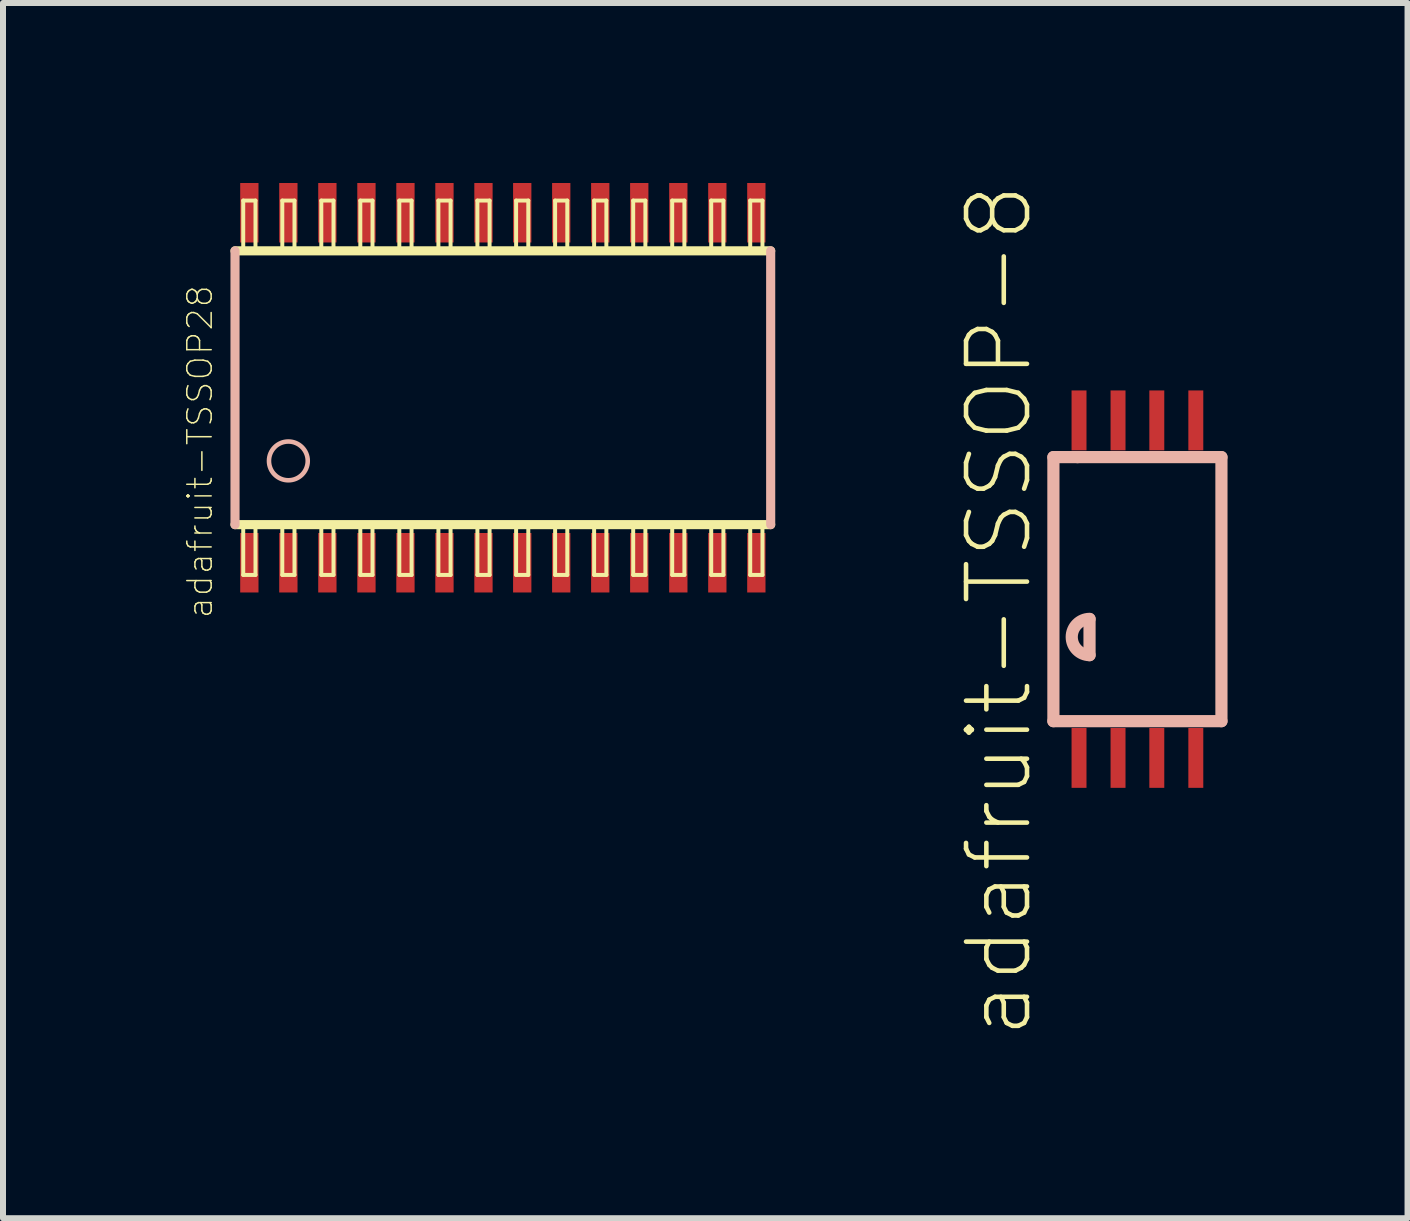
<source format=kicad_pcb>
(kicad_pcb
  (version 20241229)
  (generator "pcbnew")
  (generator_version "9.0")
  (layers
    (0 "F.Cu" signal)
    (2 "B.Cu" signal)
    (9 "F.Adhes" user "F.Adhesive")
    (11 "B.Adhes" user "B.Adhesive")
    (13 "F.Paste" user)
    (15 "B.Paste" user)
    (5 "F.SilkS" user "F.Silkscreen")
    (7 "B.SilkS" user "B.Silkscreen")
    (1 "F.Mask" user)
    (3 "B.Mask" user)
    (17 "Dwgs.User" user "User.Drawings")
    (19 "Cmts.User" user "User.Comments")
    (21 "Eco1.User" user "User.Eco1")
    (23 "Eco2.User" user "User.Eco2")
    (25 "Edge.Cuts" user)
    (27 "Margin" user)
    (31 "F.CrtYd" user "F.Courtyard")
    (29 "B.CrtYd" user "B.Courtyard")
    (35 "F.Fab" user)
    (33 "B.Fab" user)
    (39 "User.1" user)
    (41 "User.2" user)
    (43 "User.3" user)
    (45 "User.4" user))
  (footprint "adafruit-TSSOP28"
    (layer "F.Cu")
    (at 5.329 3.411)
    (property "Reference" "adafruit-TSSOP28" (at -5.047 1.067 90) (layer "F.SilkS") (effects (font (size 0.406 0.406) (thickness 0.025))))
    (attr smd)
    (fp_line (start -4.463 2.281) (end 4.463 2.281) (stroke (width 0.152) (type solid)) (layer "F.SilkS"))
    (fp_line (start -4.326 -3.119) (end -4.122 -3.119) (stroke (width 0.066) (type solid)) (layer "F.SilkS"))
    (fp_line (start -4.326 -2.281) (end -4.326 -3.119) (stroke (width 0.066) (type solid)) (layer "F.SilkS"))
    (fp_line (start -4.326 -2.281) (end -4.122 -2.281) (stroke (width 0.066) (type solid)) (layer "F.SilkS"))
    (fp_line (start -4.326 2.281) (end -4.122 2.281) (stroke (width 0.066) (type solid)) (layer "F.SilkS"))
    (fp_line (start -4.326 3.119) (end -4.326 2.281) (stroke (width 0.066) (type solid)) (layer "F.SilkS"))
    (fp_line (start -4.326 3.119) (end -4.122 3.119) (stroke (width 0.066) (type solid)) (layer "F.SilkS"))
    (fp_line (start -4.122 -2.281) (end -4.122 -3.119) (stroke (width 0.066) (type solid)) (layer "F.SilkS"))
    (fp_line (start -4.122 3.119) (end -4.122 2.281) (stroke (width 0.066) (type solid)) (layer "F.SilkS"))
    (fp_line (start -3.675 -3.119) (end -3.472 -3.119) (stroke (width 0.066) (type solid)) (layer "F.SilkS"))
    (fp_line (start -3.675 -2.281) (end -3.675 -3.119) (stroke (width 0.066) (type solid)) (layer "F.SilkS"))
    (fp_line (start -3.675 -2.281) (end -3.472 -2.281) (stroke (width 0.066) (type solid)) (layer "F.SilkS"))
    (fp_line (start -3.675 2.281) (end -3.472 2.281) (stroke (width 0.066) (type solid)) (layer "F.SilkS"))
    (fp_line (start -3.675 3.119) (end -3.675 2.281) (stroke (width 0.066) (type solid)) (layer "F.SilkS"))
    (fp_line (start -3.675 3.119) (end -3.472 3.119) (stroke (width 0.066) (type solid)) (layer "F.SilkS"))
    (fp_line (start -3.472 -2.281) (end -3.472 -3.119) (stroke (width 0.066) (type solid)) (layer "F.SilkS"))
    (fp_line (start -3.472 3.119) (end -3.472 2.281) (stroke (width 0.066) (type solid)) (layer "F.SilkS"))
    (fp_line (start -3.025 -3.119) (end -2.822 -3.119) (stroke (width 0.066) (type solid)) (layer "F.SilkS"))
    (fp_line (start -3.025 -2.281) (end -3.025 -3.119) (stroke (width 0.066) (type solid)) (layer "F.SilkS"))
    (fp_line (start -3.025 -2.281) (end -2.822 -2.281) (stroke (width 0.066) (type solid)) (layer "F.SilkS"))
    (fp_line (start -3.025 2.281) (end -2.822 2.281) (stroke (width 0.066) (type solid)) (layer "F.SilkS"))
    (fp_line (start -3.025 3.119) (end -3.025 2.281) (stroke (width 0.066) (type solid)) (layer "F.SilkS"))
    (fp_line (start -3.025 3.119) (end -2.822 3.119) (stroke (width 0.066) (type solid)) (layer "F.SilkS"))
    (fp_line (start -2.822 -2.281) (end -2.822 -3.119) (stroke (width 0.066) (type solid)) (layer "F.SilkS"))
    (fp_line (start -2.822 3.119) (end -2.822 2.281) (stroke (width 0.066) (type solid)) (layer "F.SilkS"))
    (fp_line (start -2.375 -3.119) (end -2.172 -3.119) (stroke (width 0.066) (type solid)) (layer "F.SilkS"))
    (fp_line (start -2.375 -2.281) (end -2.375 -3.119) (stroke (width 0.066) (type solid)) (layer "F.SilkS"))
    (fp_line (start -2.375 -2.281) (end -2.172 -2.281) (stroke (width 0.066) (type solid)) (layer "F.SilkS"))
    (fp_line (start -2.375 2.281) (end -2.172 2.281) (stroke (width 0.066) (type solid)) (layer "F.SilkS"))
    (fp_line (start -2.375 3.119) (end -2.375 2.281) (stroke (width 0.066) (type solid)) (layer "F.SilkS"))
    (fp_line (start -2.375 3.119) (end -2.172 3.119) (stroke (width 0.066) (type solid)) (layer "F.SilkS"))
    (fp_line (start -2.172 -2.281) (end -2.172 -3.119) (stroke (width 0.066) (type solid)) (layer "F.SilkS"))
    (fp_line (start -2.172 3.119) (end -2.172 2.281) (stroke (width 0.066) (type solid)) (layer "F.SilkS"))
    (fp_line (start -1.725 -3.119) (end -1.521 -3.119) (stroke (width 0.066) (type solid)) (layer "F.SilkS"))
    (fp_line (start -1.725 -2.281) (end -1.725 -3.119) (stroke (width 0.066) (type solid)) (layer "F.SilkS"))
    (fp_line (start -1.725 -2.281) (end -1.521 -2.281) (stroke (width 0.066) (type solid)) (layer "F.SilkS"))
    (fp_line (start -1.725 2.281) (end -1.521 2.281) (stroke (width 0.066) (type solid)) (layer "F.SilkS"))
    (fp_line (start -1.725 3.119) (end -1.725 2.281) (stroke (width 0.066) (type solid)) (layer "F.SilkS"))
    (fp_line (start -1.725 3.119) (end -1.521 3.119) (stroke (width 0.066) (type solid)) (layer "F.SilkS"))
    (fp_line (start -1.521 -2.281) (end -1.521 -3.119) (stroke (width 0.066) (type solid)) (layer "F.SilkS"))
    (fp_line (start -1.521 3.119) (end -1.521 2.281) (stroke (width 0.066) (type solid)) (layer "F.SilkS"))
    (fp_line (start -1.074 -3.119) (end -0.871 -3.119) (stroke (width 0.066) (type solid)) (layer "F.SilkS"))
    (fp_line (start -1.074 -2.281) (end -1.074 -3.119) (stroke (width 0.066) (type solid)) (layer "F.SilkS"))
    (fp_line (start -1.074 -2.281) (end -0.871 -2.281) (stroke (width 0.066) (type solid)) (layer "F.SilkS"))
    (fp_line (start -1.074 2.281) (end -0.871 2.281) (stroke (width 0.066) (type solid)) (layer "F.SilkS"))
    (fp_line (start -1.074 3.119) (end -1.074 2.281) (stroke (width 0.066) (type solid)) (layer "F.SilkS"))
    (fp_line (start -1.074 3.119) (end -0.871 3.119) (stroke (width 0.066) (type solid)) (layer "F.SilkS"))
    (fp_line (start -0.871 -2.281) (end -0.871 -3.119) (stroke (width 0.066) (type solid)) (layer "F.SilkS"))
    (fp_line (start -0.871 3.119) (end -0.871 2.281) (stroke (width 0.066) (type solid)) (layer "F.SilkS"))
    (fp_line (start -0.424 -3.119) (end -0.221 -3.119) (stroke (width 0.066) (type solid)) (layer "F.SilkS"))
    (fp_line (start -0.424 -2.281) (end -0.424 -3.119) (stroke (width 0.066) (type solid)) (layer "F.SilkS"))
    (fp_line (start -0.424 -2.281) (end -0.221 -2.281) (stroke (width 0.066) (type solid)) (layer "F.SilkS"))
    (fp_line (start -0.424 2.281) (end -0.221 2.281) (stroke (width 0.066) (type solid)) (layer "F.SilkS"))
    (fp_line (start -0.424 3.119) (end -0.424 2.281) (stroke (width 0.066) (type solid)) (layer "F.SilkS"))
    (fp_line (start -0.424 3.119) (end -0.221 3.119) (stroke (width 0.066) (type solid)) (layer "F.SilkS"))
    (fp_line (start -0.221 -2.281) (end -0.221 -3.119) (stroke (width 0.066) (type solid)) (layer "F.SilkS"))
    (fp_line (start -0.221 3.119) (end -0.221 2.281) (stroke (width 0.066) (type solid)) (layer "F.SilkS"))
    (fp_line (start 0.221 -3.119) (end 0.424 -3.119) (stroke (width 0.066) (type solid)) (layer "F.SilkS"))
    (fp_line (start 0.221 -2.281) (end 0.221 -3.119) (stroke (width 0.066) (type solid)) (layer "F.SilkS"))
    (fp_line (start 0.221 -2.281) (end 0.424 -2.281) (stroke (width 0.066) (type solid)) (layer "F.SilkS"))
    (fp_line (start 0.221 2.281) (end 0.424 2.281) (stroke (width 0.066) (type solid)) (layer "F.SilkS"))
    (fp_line (start 0.221 3.119) (end 0.221 2.281) (stroke (width 0.066) (type solid)) (layer "F.SilkS"))
    (fp_line (start 0.221 3.119) (end 0.424 3.119) (stroke (width 0.066) (type solid)) (layer "F.SilkS"))
    (fp_line (start 0.424 -2.281) (end 0.424 -3.119) (stroke (width 0.066) (type solid)) (layer "F.SilkS"))
    (fp_line (start 0.424 3.119) (end 0.424 2.281) (stroke (width 0.066) (type solid)) (layer "F.SilkS"))
    (fp_line (start 0.871 -3.119) (end 1.074 -3.119) (stroke (width 0.066) (type solid)) (layer "F.SilkS"))
    (fp_line (start 0.871 -2.281) (end 0.871 -3.119) (stroke (width 0.066) (type solid)) (layer "F.SilkS"))
    (fp_line (start 0.871 -2.281) (end 1.074 -2.281) (stroke (width 0.066) (type solid)) (layer "F.SilkS"))
    (fp_line (start 0.871 2.281) (end 1.074 2.281) (stroke (width 0.066) (type solid)) (layer "F.SilkS"))
    (fp_line (start 0.871 3.119) (end 0.871 2.281) (stroke (width 0.066) (type solid)) (layer "F.SilkS"))
    (fp_line (start 0.871 3.119) (end 1.074 3.119) (stroke (width 0.066) (type solid)) (layer "F.SilkS"))
    (fp_line (start 1.074 -2.281) (end 1.074 -3.119) (stroke (width 0.066) (type solid)) (layer "F.SilkS"))
    (fp_line (start 1.074 3.119) (end 1.074 2.281) (stroke (width 0.066) (type solid)) (layer "F.SilkS"))
    (fp_line (start 1.521 -3.119) (end 1.725 -3.119) (stroke (width 0.066) (type solid)) (layer "F.SilkS"))
    (fp_line (start 1.521 -2.281) (end 1.521 -3.119) (stroke (width 0.066) (type solid)) (layer "F.SilkS"))
    (fp_line (start 1.521 -2.281) (end 1.725 -2.281) (stroke (width 0.066) (type solid)) (layer "F.SilkS"))
    (fp_line (start 1.521 2.281) (end 1.725 2.281) (stroke (width 0.066) (type solid)) (layer "F.SilkS"))
    (fp_line (start 1.521 3.119) (end 1.521 2.281) (stroke (width 0.066) (type solid)) (layer "F.SilkS"))
    (fp_line (start 1.521 3.119) (end 1.725 3.119) (stroke (width 0.066) (type solid)) (layer "F.SilkS"))
    (fp_line (start 1.725 -2.281) (end 1.725 -3.119) (stroke (width 0.066) (type solid)) (layer "F.SilkS"))
    (fp_line (start 1.725 3.119) (end 1.725 2.281) (stroke (width 0.066) (type solid)) (layer "F.SilkS"))
    (fp_line (start 2.172 -3.119) (end 2.375 -3.119) (stroke (width 0.066) (type solid)) (layer "F.SilkS"))
    (fp_line (start 2.172 -2.281) (end 2.172 -3.119) (stroke (width 0.066) (type solid)) (layer "F.SilkS"))
    (fp_line (start 2.172 -2.281) (end 2.375 -2.281) (stroke (width 0.066) (type solid)) (layer "F.SilkS"))
    (fp_line (start 2.172 2.281) (end 2.375 2.281) (stroke (width 0.066) (type solid)) (layer "F.SilkS"))
    (fp_line (start 2.172 3.119) (end 2.172 2.281) (stroke (width 0.066) (type solid)) (layer "F.SilkS"))
    (fp_line (start 2.172 3.119) (end 2.375 3.119) (stroke (width 0.066) (type solid)) (layer "F.SilkS"))
    (fp_line (start 2.375 -2.281) (end 2.375 -3.119) (stroke (width 0.066) (type solid)) (layer "F.SilkS"))
    (fp_line (start 2.375 3.119) (end 2.375 2.281) (stroke (width 0.066) (type solid)) (layer "F.SilkS"))
    (fp_line (start 2.822 -3.119) (end 3.025 -3.119) (stroke (width 0.066) (type solid)) (layer "F.SilkS"))
    (fp_line (start 2.822 -2.281) (end 2.822 -3.119) (stroke (width 0.066) (type solid)) (layer "F.SilkS"))
    (fp_line (start 2.822 -2.281) (end 3.025 -2.281) (stroke (width 0.066) (type solid)) (layer "F.SilkS"))
    (fp_line (start 2.822 2.281) (end 3.025 2.281) (stroke (width 0.066) (type solid)) (layer "F.SilkS"))
    (fp_line (start 2.822 3.119) (end 2.822 2.281) (stroke (width 0.066) (type solid)) (layer "F.SilkS"))
    (fp_line (start 2.822 3.119) (end 3.025 3.119) (stroke (width 0.066) (type solid)) (layer "F.SilkS"))
    (fp_line (start 3.025 -2.281) (end 3.025 -3.119) (stroke (width 0.066) (type solid)) (layer "F.SilkS"))
    (fp_line (start 3.025 3.119) (end 3.025 2.281) (stroke (width 0.066) (type solid)) (layer "F.SilkS"))
    (fp_line (start 3.472 -3.119) (end 3.675 -3.119) (stroke (width 0.066) (type solid)) (layer "F.SilkS"))
    (fp_line (start 3.472 -2.281) (end 3.472 -3.119) (stroke (width 0.066) (type solid)) (layer "F.SilkS"))
    (fp_line (start 3.472 -2.281) (end 3.675 -2.281) (stroke (width 0.066) (type solid)) (layer "F.SilkS"))
    (fp_line (start 3.472 2.281) (end 3.675 2.281) (stroke (width 0.066) (type solid)) (layer "F.SilkS"))
    (fp_line (start 3.472 3.119) (end 3.472 2.281) (stroke (width 0.066) (type solid)) (layer "F.SilkS"))
    (fp_line (start 3.472 3.119) (end 3.675 3.119) (stroke (width 0.066) (type solid)) (layer "F.SilkS"))
    (fp_line (start 3.675 -2.281) (end 3.675 -3.119) (stroke (width 0.066) (type solid)) (layer "F.SilkS"))
    (fp_line (start 3.675 3.119) (end 3.675 2.281) (stroke (width 0.066) (type solid)) (layer "F.SilkS"))
    (fp_line (start 4.122 -3.119) (end 4.326 -3.119) (stroke (width 0.066) (type solid)) (layer "F.SilkS"))
    (fp_line (start 4.122 -2.281) (end 4.122 -3.119) (stroke (width 0.066) (type solid)) (layer "F.SilkS"))
    (fp_line (start 4.122 -2.281) (end 4.326 -2.281) (stroke (width 0.066) (type solid)) (layer "F.SilkS"))
    (fp_line (start 4.122 2.281) (end 4.326 2.281) (stroke (width 0.066) (type solid)) (layer "F.SilkS"))
    (fp_line (start 4.122 3.119) (end 4.122 2.281) (stroke (width 0.066) (type solid)) (layer "F.SilkS"))
    (fp_line (start 4.122 3.119) (end 4.326 3.119) (stroke (width 0.066) (type solid)) (layer "F.SilkS"))
    (fp_line (start 4.326 -2.281) (end 4.326 -3.119) (stroke (width 0.066) (type solid)) (layer "F.SilkS"))
    (fp_line (start 4.326 3.119) (end 4.326 2.281) (stroke (width 0.066) (type solid)) (layer "F.SilkS"))
    (fp_line (start 4.463 -2.281) (end -4.463 -2.281) (stroke (width 0.152) (type solid)) (layer "F.SilkS"))
    (fp_line (start -4.463 2.281) (end -4.463 -2.281) (stroke (width 0.152) (type solid)) (layer "B.SilkS"))
    (fp_line (start 4.463 -2.281) (end 4.463 2.281) (stroke (width 0.152) (type solid)) (layer "B.SilkS"))
    (fp_circle (center -3.574 1.219) (end -3.802 1.448) (stroke (width 0.076) (type solid)) (fill no) (layer "B.SilkS"))
    (pad "1" smd rect (at -4.224 2.916) (size 0.305 0.991) (layers "F.Cu" "F.Mask" "F.Paste"))
    (pad "2" smd rect (at -3.574 2.916) (size 0.305 0.991) (layers "F.Cu" "F.Mask" "F.Paste"))
    (pad "3" smd rect (at -2.924 2.916) (size 0.305 0.991) (layers "F.Cu" "F.Mask" "F.Paste"))
    (pad "4" smd rect (at -2.273 2.916) (size 0.305 0.991) (layers "F.Cu" "F.Mask" "F.Paste"))
    (pad "5" smd rect (at -1.623 2.916) (size 0.305 0.991) (layers "F.Cu" "F.Mask" "F.Paste"))
    (pad "6" smd rect (at -0.973 2.916) (size 0.305 0.991) (layers "F.Cu" "F.Mask" "F.Paste"))
    (pad "7" smd rect (at -0.323 2.916) (size 0.305 0.991) (layers "F.Cu" "F.Mask" "F.Paste"))
    (pad "8" smd rect (at 0.323 2.916) (size 0.305 0.991) (layers "F.Cu" "F.Mask" "F.Paste"))
    (pad "9" smd rect (at 0.973 2.916) (size 0.305 0.991) (layers "F.Cu" "F.Mask" "F.Paste"))
    (pad "10" smd rect (at 1.623 2.916) (size 0.305 0.991) (layers "F.Cu" "F.Mask" "F.Paste"))
    (pad "11" smd rect (at 2.273 2.916) (size 0.305 0.991) (layers "F.Cu" "F.Mask" "F.Paste"))
    (pad "12" smd rect (at 2.924 2.916) (size 0.305 0.991) (layers "F.Cu" "F.Mask" "F.Paste"))
    (pad "13" smd rect (at 3.574 2.916) (size 0.305 0.991) (layers "F.Cu" "F.Mask" "F.Paste"))
    (pad "14" smd rect (at 4.224 2.916) (size 0.305 0.991) (layers "F.Cu" "F.Mask" "F.Paste"))
    (pad "15" smd rect (at 4.224 -2.916) (size 0.305 0.991) (layers "F.Cu" "F.Mask" "F.Paste"))
    (pad "16" smd rect (at 3.574 -2.916) (size 0.305 0.991) (layers "F.Cu" "F.Mask" "F.Paste"))
    (pad "17" smd rect (at 2.924 -2.916) (size 0.305 0.991) (layers "F.Cu" "F.Mask" "F.Paste"))
    (pad "18" smd rect (at 2.273 -2.916) (size 0.305 0.991) (layers "F.Cu" "F.Mask" "F.Paste"))
    (pad "19" smd rect (at 1.623 -2.916) (size 0.305 0.991) (layers "F.Cu" "F.Mask" "F.Paste"))
    (pad "20" smd rect (at 0.973 -2.916) (size 0.305 0.991) (layers "F.Cu" "F.Mask" "F.Paste"))
    (pad "21" smd rect (at 0.323 -2.916) (size 0.305 0.991) (layers "F.Cu" "F.Mask" "F.Paste"))
    (pad "22" smd rect (at -0.323 -2.916) (size 0.305 0.991) (layers "F.Cu" "F.Mask" "F.Paste"))
    (pad "23" smd rect (at -0.973 -2.916) (size 0.305 0.991) (layers "F.Cu" "F.Mask" "F.Paste"))
    (pad "24" smd rect (at -1.623 -2.916) (size 0.305 0.991) (layers "F.Cu" "F.Mask" "F.Paste"))
    (pad "25" smd rect (at -2.273 -2.916) (size 0.305 0.991) (layers "F.Cu" "F.Mask" "F.Paste"))
    (pad "26" smd rect (at -2.924 -2.916) (size 0.305 0.991) (layers "F.Cu" "F.Mask" "F.Paste"))
    (pad "27" smd rect (at -3.574 -2.916) (size 0.305 0.991) (layers "F.Cu" "F.Mask" "F.Paste"))
    (pad "28" smd rect (at -4.224 -2.916) (size 0.305 0.991) (layers "F.Cu" "F.Mask" "F.Paste")))
  (footprint "adafruit-TSSOP-8"
    (layer "F.Cu")
    (at 15.903 6.767)
    (property "Reference" "adafruit-TSSOP-8" (at -2.306 0.358 90) (layer "F.SilkS") (effects (font (size 1.016 1.016) (thickness 0.076))))
    (attr smd)
    (fp_line (start -1.4 -2.2) (end -0.998 -2.2) (stroke (width 0.203) (type solid)) (layer "B.SilkS"))
    (fp_line (start -1.4 2.2) (end -1.4 -2.2) (stroke (width 0.203) (type solid)) (layer "B.SilkS"))
    (fp_line (start -0.998 -2.2) (end -1.1 -2.2) (stroke (width 0.127) (type solid)) (layer "B.SilkS"))
    (fp_line (start -0.998 -2.2) (end 1.4 -2.2) (stroke (width 0.203) (type solid)) (layer "B.SilkS"))
    (fp_line (start -0.798 0.498) (end -0.798 1.1) (stroke (width 0.203) (type solid)) (layer "B.SilkS"))
    (fp_line (start 1.4 -2.2) (end 1.4 2.2) (stroke (width 0.203) (type solid)) (layer "B.SilkS"))
    (fp_line (start 1.4 2.2) (end -1.4 2.2) (stroke (width 0.203) (type solid)) (layer "B.SilkS"))
    (fp_arc (start -0.79756 1.09982) (mid -1.09982 0.79756) (end -0.79756 0.4953) (stroke (width 0.2032) (type solid)) (layer "B.SilkS"))
    (pad "1" smd rect (at -0.973 2.812) (size 0.249 0.998) (layers "F.Cu" "F.Mask" "F.Paste"))
    (pad "2" smd rect (at -0.323 2.812) (size 0.249 0.998) (layers "F.Cu" "F.Mask" "F.Paste"))
    (pad "3" smd rect (at 0.323 2.812) (size 0.249 0.998) (layers "F.Cu" "F.Mask" "F.Paste"))
    (pad "4" smd rect (at 0.973 2.812) (size 0.249 0.998) (layers "F.Cu" "F.Mask" "F.Paste"))
    (pad "5" smd rect (at 0.973 -2.812 180) (size 0.249 0.998) (layers "F.Cu" "F.Mask" "F.Paste"))
    (pad "6" smd rect (at 0.323 -2.812 180) (size 0.249 0.998) (layers "F.Cu" "F.Mask" "F.Paste"))
    (pad "7" smd rect (at -0.323 -2.812 180) (size 0.249 0.998) (layers "F.Cu" "F.Mask" "F.Paste"))
    (pad "8" smd rect (at -0.973 -2.812 180) (size 0.249 0.998) (layers "F.Cu" "F.Mask" "F.Paste")))
  (gr_rect
    (start -3 -3)
    (end 20.404 17.249)
    (stroke (width 0.1) (type default))
    (fill no)
    (layer "Edge.Cuts")))
</source>
